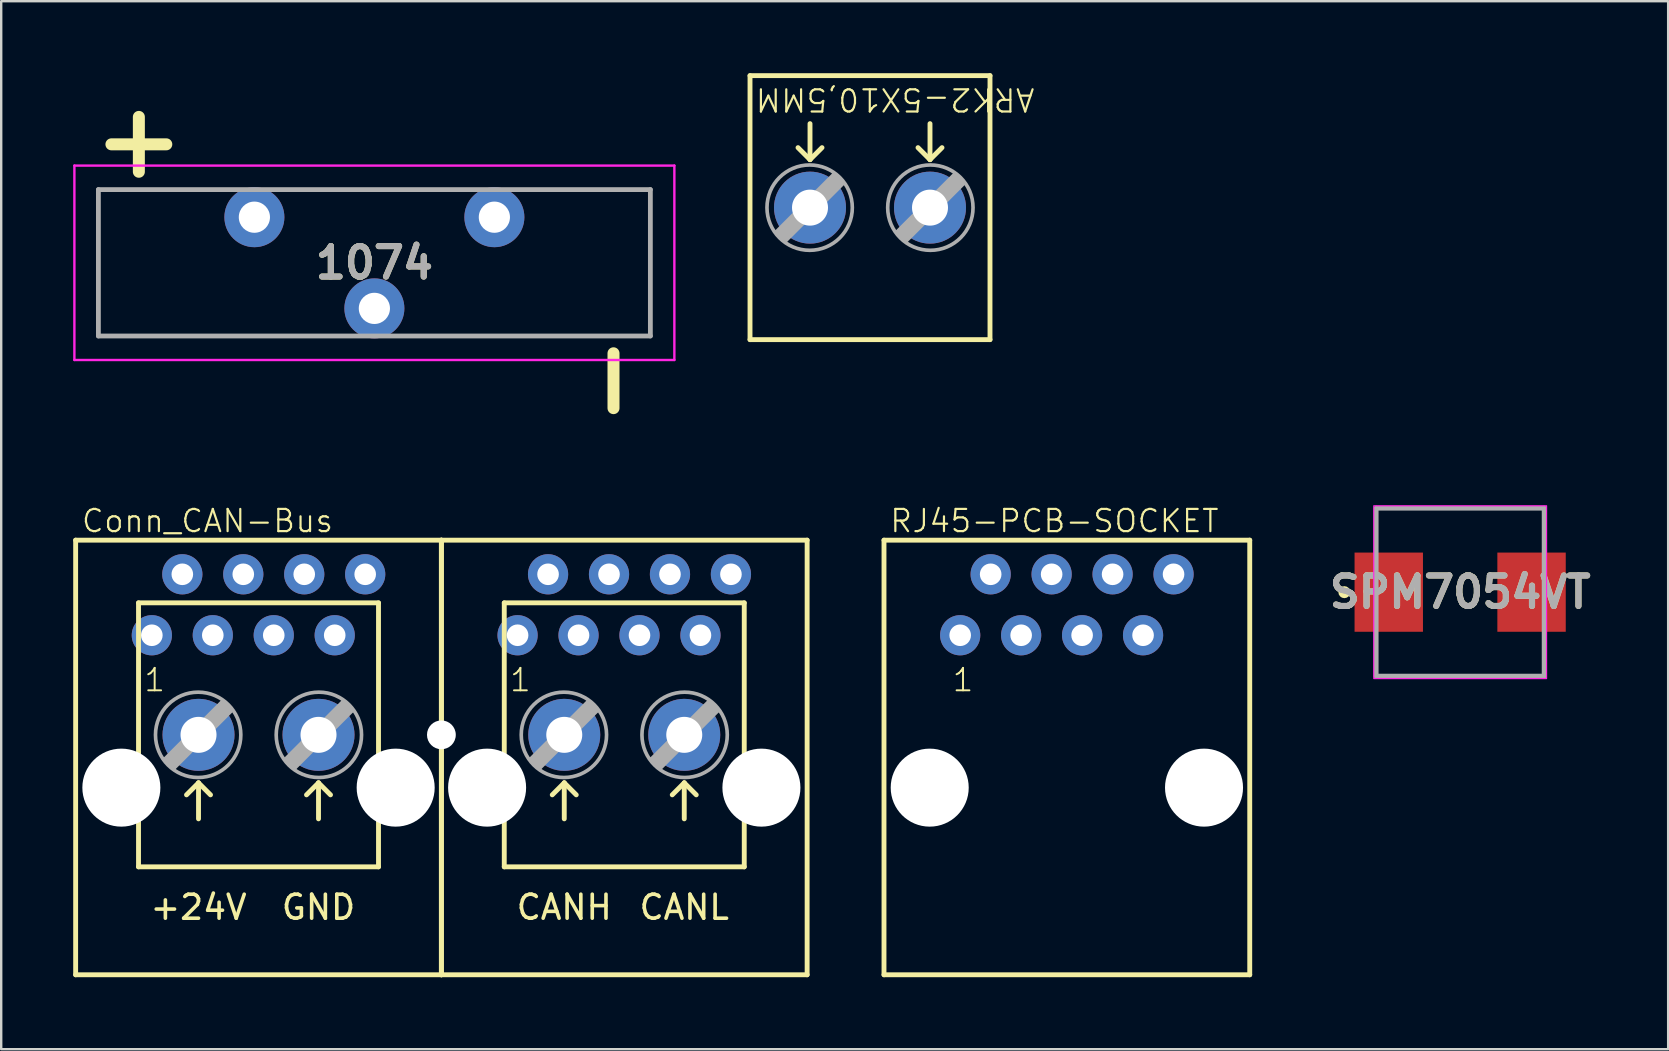
<source format=kicad_pcb>
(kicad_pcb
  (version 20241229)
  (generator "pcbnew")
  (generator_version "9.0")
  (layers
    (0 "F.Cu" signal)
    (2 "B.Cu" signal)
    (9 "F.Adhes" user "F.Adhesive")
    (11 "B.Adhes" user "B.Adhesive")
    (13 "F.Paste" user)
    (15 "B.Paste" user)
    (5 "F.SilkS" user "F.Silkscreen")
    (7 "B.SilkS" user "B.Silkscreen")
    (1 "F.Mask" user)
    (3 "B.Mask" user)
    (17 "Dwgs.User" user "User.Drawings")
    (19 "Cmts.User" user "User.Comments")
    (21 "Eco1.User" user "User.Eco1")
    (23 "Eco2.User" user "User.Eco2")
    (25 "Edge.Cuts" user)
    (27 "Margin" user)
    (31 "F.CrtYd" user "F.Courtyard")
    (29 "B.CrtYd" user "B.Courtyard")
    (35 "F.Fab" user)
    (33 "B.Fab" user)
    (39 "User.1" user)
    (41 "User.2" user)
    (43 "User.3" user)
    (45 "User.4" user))
  (footprint "ARK2-5X10,5MM"
    (layer "F.Cu")
    (at 33.202 5.602)
    (property "Reference" "ARK2-5X10,5MM" (at -4.826 -3.967 180) (unlocked yes) (layer "F.SilkS") (effects (font (size 0.925 0.925) (thickness 0.091)) (justify right top)))
    (fp_line (start -5 -5.5) (end 5 -5.5) (stroke (width 0.203) (type solid)) (layer "F.SilkS"))
    (fp_line (start -5 5.5) (end -5 -5.5) (stroke (width 0.203) (type solid)) (layer "F.SilkS"))
    (fp_line (start -3 -2.5) (end -2.5 -2) (stroke (width 0.203) (type solid)) (layer "F.SilkS"))
    (fp_line (start -2.5 -3.5) (end -2.5 -2) (stroke (width 0.203) (type solid)) (layer "F.SilkS"))
    (fp_line (start -2 -2.5) (end -2.5 -2) (stroke (width 0.203) (type solid)) (layer "F.SilkS"))
    (fp_line (start 2 -2.5) (end 2.5 -2) (stroke (width 0.203) (type solid)) (layer "F.SilkS"))
    (fp_line (start 2.5 -3.5) (end 2.5 -2) (stroke (width 0.203) (type solid)) (layer "F.SilkS"))
    (fp_line (start 3 -2.5) (end 2.5 -2) (stroke (width 0.203) (type solid)) (layer "F.SilkS"))
    (fp_line (start 5 -5.5) (end 5 5.5) (stroke (width 0.203) (type solid)) (layer "F.SilkS"))
    (fp_line (start 5 5.5) (end -5 5.5) (stroke (width 0.203) (type solid)) (layer "F.SilkS"))
    (fp_line (start -3.912 1.016) (end -3.531 1.397) (stroke (width 0.152) (type solid)) (layer "F.Fab"))
    (fp_line (start -3.912 1.016) (end -1.499 -1.397) (stroke (width 0.152) (type solid)) (layer "F.Fab"))
    (fp_line (start -3.531 1.016) (end -1.499 -1.016) (stroke (width 0.61) (type solid)) (layer "F.Fab"))
    (fp_line (start -3.531 1.397) (end -1.118 -1.016) (stroke (width 0.152) (type solid)) (layer "F.Fab"))
    (fp_line (start -1.499 -1.397) (end -1.118 -1.016) (stroke (width 0.152) (type solid)) (layer "F.Fab"))
    (fp_line (start 1.118 1.016) (end 1.499 1.397) (stroke (width 0.152) (type solid)) (layer "F.Fab"))
    (fp_line (start 1.118 1.016) (end 3.531 -1.397) (stroke (width 0.152) (type solid)) (layer "F.Fab"))
    (fp_line (start 1.499 1.016) (end 3.531 -1.016) (stroke (width 0.61) (type solid)) (layer "F.Fab"))
    (fp_line (start 1.499 1.397) (end 3.912 -1.016) (stroke (width 0.152) (type solid)) (layer "F.Fab"))
    (fp_line (start 3.531 -1.397) (end 3.912 -1.016) (stroke (width 0.152) (type solid)) (layer "F.Fab"))
    (fp_circle (center -2.515 0) (end -0.737 0) (stroke (width 0.152) (type solid)) (fill no) (layer "F.Fab"))
    (fp_circle (center 2.515 0) (end 4.293 0) (stroke (width 0.152) (type solid)) (fill no) (layer "F.Fab"))
    (pad "1" thru_hole circle (at -2.5 0 90) (size 3 3) (drill 1.5) (layers "*.Cu" "*.Mask"))
    (pad "2" thru_hole circle (at 2.5 0 90) (size 3 3) (drill 1.5) (layers "*.Cu" "*.Mask")))
  (footprint "SPM7054VT"
    (layer "F.Cu")
    (at 57.793 21.625)
    (property "Reference" "SPM7054VT" (at 0 0 0) (layer "F.SilkS") (effects (font (size 1.27 1.27) (thickness 0.254))))
    (attr smd)
    (fp_line (start -3.5 -3.5) (end 3.5 -3.5) (stroke (width 0.1) (type solid)) (layer "F.SilkS"))
    (fp_line (start 3.5 3.5) (end -3.5 3.5) (stroke (width 0.1) (type solid)) (layer "F.SilkS"))
    (fp_circle (center -4.825 0) (end -4.825 0.05) (stroke (width 0.2) (type solid)) (fill no) (layer "F.SilkS"))
    (fp_rect (start -3.6 -3.6) (end 3.6 3.6) (stroke (width 0.05) (type default)) (fill no) (layer "F.CrtYd"))
    (fp_line (start -3.5 -3.5) (end 3.5 -3.5) (stroke (width 0.2) (type solid)) (layer "F.Fab"))
    (fp_line (start -3.5 3.5) (end -3.5 -3.5) (stroke (width 0.2) (type solid)) (layer "F.Fab"))
    (fp_line (start 3.5 -3.5) (end 3.5 3.5) (stroke (width 0.2) (type solid)) (layer "F.Fab"))
    (fp_line (start 3.5 3.5) (end -3.5 3.5) (stroke (width 0.2) (type solid)) (layer "F.Fab"))
    (fp_text user "${REFERENCE}" (at 0 0 0) (layer "F.Fab") (effects (font (size 1.27 1.27) (thickness 0.254))))
    (pad "1" smd rect (at -2.975 0) (size 2.85 3.3) (layers "F.Cu" "F.Mask" "F.Paste"))
    (pad "2" smd rect (at 2.975 0) (size 2.85 3.3) (layers "F.Cu" "F.Mask" "F.Paste")))
  (footprint "Conn_CAN-Bus"
    (layer "F.Cu")
    (at 15.342 36.57)
    (property "Reference" "Conn_CAN-Bus" (at -15.047 -17.371 0) (unlocked yes) (layer "F.SilkS") (effects (font (size 0.925 0.925) (thickness 0.091)) (justify left bottom)))
    (fp_line (start -15.24 -17.112) (end 0 -17.112) (stroke (width 0.203) (type solid)) (layer "F.SilkS"))
    (fp_line (start -15.24 0.998) (end -15.24 -17.112) (stroke (width 0.203) (type solid)) (layer "F.SilkS"))
    (fp_line (start -12.62 -14.5) (end -2.62 -14.5) (stroke (width 0.203) (type solid)) (layer "F.SilkS"))
    (fp_line (start -12.62 -3.5) (end -12.62 -14.5) (stroke (width 0.203) (type solid)) (layer "F.SilkS"))
    (fp_line (start -10.62 -6.5) (end -10.12 -7) (stroke (width 0.203) (type solid)) (layer "F.SilkS"))
    (fp_line (start -10.12 -5.5) (end -10.12 -7) (stroke (width 0.203) (type solid)) (layer "F.SilkS"))
    (fp_line (start -9.62 -6.5) (end -10.12 -7) (stroke (width 0.203) (type solid)) (layer "F.SilkS"))
    (fp_line (start -5.62 -6.5) (end -5.12 -7) (stroke (width 0.203) (type solid)) (layer "F.SilkS"))
    (fp_line (start -5.12 -5.5) (end -5.12 -7) (stroke (width 0.203) (type solid)) (layer "F.SilkS"))
    (fp_line (start -4.62 -6.5) (end -5.12 -7) (stroke (width 0.203) (type solid)) (layer "F.SilkS"))
    (fp_line (start -2.62 -14.5) (end -2.62 -3.5) (stroke (width 0.203) (type solid)) (layer "F.SilkS"))
    (fp_line (start -2.62 -3.5) (end -12.62 -3.5) (stroke (width 0.203) (type solid)) (layer "F.SilkS"))
    (fp_line (start 0 -17.112) (end 15.24 -17.112) (stroke (width 0.203) (type solid)) (layer "F.SilkS"))
    (fp_line (start 0 0.998) (end -15.24 0.998) (stroke (width 0.203) (type solid)) (layer "F.SilkS"))
    (fp_line (start 0 0.998) (end 0 -17.112) (stroke (width 0.203) (type solid)) (layer "F.SilkS"))
    (fp_line (start 0 0.998) (end 0 -17.112) (stroke (width 0.203) (type solid)) (layer "F.SilkS"))
    (fp_line (start 2.62 -14.5) (end 12.62 -14.5) (stroke (width 0.203) (type solid)) (layer "F.SilkS"))
    (fp_line (start 2.62 -3.5) (end 2.62 -14.5) (stroke (width 0.203) (type solid)) (layer "F.SilkS"))
    (fp_line (start 4.62 -6.5) (end 5.12 -7) (stroke (width 0.203) (type solid)) (layer "F.SilkS"))
    (fp_line (start 5.12 -5.5) (end 5.12 -7) (stroke (width 0.203) (type solid)) (layer "F.SilkS"))
    (fp_line (start 5.62 -6.5) (end 5.12 -7) (stroke (width 0.203) (type solid)) (layer "F.SilkS"))
    (fp_line (start 9.62 -6.5) (end 10.12 -7) (stroke (width 0.203) (type solid)) (layer "F.SilkS"))
    (fp_line (start 10.12 -5.5) (end 10.12 -7) (stroke (width 0.203) (type solid)) (layer "F.SilkS"))
    (fp_line (start 10.62 -6.5) (end 10.12 -7) (stroke (width 0.203) (type solid)) (layer "F.SilkS"))
    (fp_line (start 12.62 -14.5) (end 12.62 -3.5) (stroke (width 0.203) (type solid)) (layer "F.SilkS"))
    (fp_line (start 12.62 -3.5) (end 2.62 -3.5) (stroke (width 0.203) (type solid)) (layer "F.SilkS"))
    (fp_line (start 15.24 0.998) (end 0 0.998) (stroke (width 0.203) (type solid)) (layer "F.SilkS"))
    (fp_line (start 15.24 0.998) (end 15.24 -17.112) (stroke (width 0.203) (type solid)) (layer "F.SilkS"))
    (fp_line (start -11.151 -7.603) (end -11.532 -7.984) (stroke (width 0.152) (type solid)) (layer "F.Fab"))
    (fp_line (start -9.119 -10.397) (end -11.532 -7.984) (stroke (width 0.152) (type solid)) (layer "F.Fab"))
    (fp_line (start -9.119 -10.016) (end -11.151 -7.984) (stroke (width 0.61) (type solid)) (layer "F.Fab"))
    (fp_line (start -8.738 -10.016) (end -11.151 -7.603) (stroke (width 0.152) (type solid)) (layer "F.Fab"))
    (fp_line (start -8.738 -10.016) (end -9.119 -10.397) (stroke (width 0.152) (type solid)) (layer "F.Fab"))
    (fp_line (start -6.121 -7.603) (end -6.502 -7.984) (stroke (width 0.152) (type solid)) (layer "F.Fab"))
    (fp_line (start -4.089 -10.397) (end -6.502 -7.984) (stroke (width 0.152) (type solid)) (layer "F.Fab"))
    (fp_line (start -4.089 -10.016) (end -6.121 -7.984) (stroke (width 0.61) (type solid)) (layer "F.Fab"))
    (fp_line (start -3.708 -10.016) (end -6.121 -7.603) (stroke (width 0.152) (type solid)) (layer "F.Fab"))
    (fp_line (start -3.708 -10.016) (end -4.089 -10.397) (stroke (width 0.152) (type solid)) (layer "F.Fab"))
    (fp_line (start 4.089 -7.603) (end 3.708 -7.984) (stroke (width 0.152) (type solid)) (layer "F.Fab"))
    (fp_line (start 6.121 -10.397) (end 3.708 -7.984) (stroke (width 0.152) (type solid)) (layer "F.Fab"))
    (fp_line (start 6.121 -10.016) (end 4.089 -7.984) (stroke (width 0.61) (type solid)) (layer "F.Fab"))
    (fp_line (start 6.502 -10.016) (end 4.089 -7.603) (stroke (width 0.152) (type solid)) (layer "F.Fab"))
    (fp_line (start 6.502 -10.016) (end 6.121 -10.397) (stroke (width 0.152) (type solid)) (layer "F.Fab"))
    (fp_line (start 9.119 -7.603) (end 8.738 -7.984) (stroke (width 0.152) (type solid)) (layer "F.Fab"))
    (fp_line (start 11.151 -10.397) (end 8.738 -7.984) (stroke (width 0.152) (type solid)) (layer "F.Fab"))
    (fp_line (start 11.151 -10.016) (end 9.119 -7.984) (stroke (width 0.61) (type solid)) (layer "F.Fab"))
    (fp_line (start 11.532 -10.016) (end 9.119 -7.603) (stroke (width 0.152) (type solid)) (layer "F.Fab"))
    (fp_line (start 11.532 -10.016) (end 11.151 -10.397) (stroke (width 0.152) (type solid)) (layer "F.Fab"))
    (fp_circle (center -10.135 -9) (end -11.913 -9) (stroke (width 0.152) (type solid)) (fill no) (layer "F.Fab"))
    (fp_circle (center -5.105 -9) (end -6.883 -9) (stroke (width 0.152) (type solid)) (fill no) (layer "F.Fab"))
    (fp_circle (center 5.105 -9) (end 3.327 -9) (stroke (width 0.152) (type solid)) (fill no) (layer "F.Fab"))
    (fp_circle (center 10.135 -9) (end 8.357 -9) (stroke (width 0.152) (type solid)) (fill no) (layer "F.Fab"))
    (fp_line (start 15.2 0) (end -15.2 0) (stroke (width 0.12) (type default)) (layer "User.2"))
    (fp_text user "GND" (at -5.12 -2.4 0) (unlocked yes) (layer "F.SilkS") (effects (font (size 1 1) (thickness 0.15)) (justify top)))
    (fp_text user "CANH" (at 5.12 -2.4 0) (unlocked yes) (layer "F.SilkS") (effects (font (size 1 1) (thickness 0.15)) (justify top)))
    (fp_text user "+24V" (at -10.12 -2.4 0) (unlocked yes) (layer "F.SilkS") (effects (font (size 1 1) (thickness 0.15)) (justify top)))
    (fp_text user "1" (at -12.446 -10.737 0) (layer "F.SilkS") (effects (font (size 0.935 0.935) (thickness 0.081)) (justify left bottom)))
    (fp_text user "CANL" (at 10.12 -2.4 0) (unlocked yes) (layer "F.SilkS") (effects (font (size 1 1) (thickness 0.15)) (justify top)))
    (fp_text user "1" (at 2.794 -10.737 0) (layer "F.SilkS") (effects (font (size 0.935 0.935) (thickness 0.081)) (justify left bottom)))
    (pad "" np_thru_hole circle (at -13.335 -6.8) (size 3.251 3.251) (drill 3.251) (layers "*.Cu" "*.Mask"))
    (pad "" np_thru_hole circle (at -1.905 -6.8) (size 3.251 3.251) (drill 3.251) (layers "*.Cu" "*.Mask"))
    (pad "" np_thru_hole circle (at 0 -9) (size 1.2 1.2) (drill 1.2) (layers "*.Cu" "*.Mask"))
    (pad "" np_thru_hole circle (at 1.905 -6.8) (size 3.251 3.251) (drill 3.251) (layers "*.Cu" "*.Mask"))
    (pad "" np_thru_hole circle (at 13.335 -6.8) (size 3.251 3.251) (drill 3.251) (layers "*.Cu" "*.Mask"))
    (pad "+24V" thru_hole circle (at -10.12 -9 270) (size 3 3) (drill 1.5) (layers "*.Cu" "*.Mask"))
    (pad "+24V" thru_hole circle (at -8.255 -15.69) (size 1.676 1.676) (drill 0.9) (layers "*.Cu" "*.Mask"))
    (pad "+24V" thru_hole circle (at -3.175 -15.69) (size 1.676 1.676) (drill 0.9) (layers "*.Cu" "*.Mask"))
    (pad "+24V" thru_hole circle (at 6.985 -15.69) (size 1.676 1.676) (drill 0.9) (layers "*.Cu" "*.Mask"))
    (pad "+24V" thru_hole circle (at 12.065 -15.69) (size 1.676 1.676) (drill 0.9) (layers "*.Cu" "*.Mask"))
    (pad "CANH" thru_hole circle (at -12.065 -13.15) (size 1.676 1.676) (drill 0.9) (layers "*.Cu" "*.Mask"))
    (pad "CANH" thru_hole circle (at 3.175 -13.15) (size 1.676 1.676) (drill 0.9) (layers "*.Cu" "*.Mask"))
    (pad "CANH" thru_hole circle (at 5.12 -9 270) (size 3 3) (drill 1.5) (layers "*.Cu" "*.Mask"))
    (pad "CANL" thru_hole circle (at -10.795 -15.69) (size 1.676 1.676) (drill 0.9) (layers "*.Cu" "*.Mask"))
    (pad "CANL" thru_hole circle (at 4.445 -15.69) (size 1.676 1.676) (drill 0.9) (layers "*.Cu" "*.Mask"))
    (pad "CANL" thru_hole circle (at 10.12 -9 270) (size 3 3) (drill 1.5) (layers "*.Cu" "*.Mask"))
    (pad "GND" thru_hole circle (at -6.985 -13.15) (size 1.676 1.676) (drill 0.9) (layers "*.Cu" "*.Mask"))
    (pad "GND" thru_hole circle (at -5.12 -9 270) (size 3 3) (drill 1.5) (layers "*.Cu" "*.Mask"))
    (pad "GND" thru_hole circle (at -4.445 -13.15) (size 1.676 1.676) (drill 0.9) (layers "*.Cu" "*.Mask"))
    (pad "GND" thru_hole circle (at 8.255 -13.15) (size 1.676 1.676) (drill 0.9) (layers "*.Cu" "*.Mask"))
    (pad "GND" thru_hole circle (at 10.795 -13.15) (size 1.676 1.676) (drill 0.9) (layers "*.Cu" "*.Mask"))
    (pad "NC" thru_hole circle (at -9.525 -13.15) (size 1.676 1.676) (drill 0.9) (layers "*.Cu" "*.Mask"))
    (pad "NC" thru_hole circle (at -5.715 -15.69) (size 1.676 1.676) (drill 0.9) (layers "*.Cu" "*.Mask"))
    (pad "NC" thru_hole circle (at 5.715 -13.15) (size 1.676 1.676) (drill 0.9) (layers "*.Cu" "*.Mask"))
    (pad "NC" thru_hole circle (at 9.525 -15.69) (size 1.676 1.676) (drill 0.9) (layers "*.Cu" "*.Mask")))
  (footprint "RJ45-PCB-SOCKET"
    (layer "F.Cu")
    (at 41.405 29.77)
    (property "Reference" "RJ45-PCB-SOCKET" (at -7.427 -10.571 0) (unlocked yes) (layer "F.SilkS") (effects (font (size 0.925 0.925) (thickness 0.091)) (justify left bottom)))
    (fp_line (start -7.62 -10.312) (end 7.62 -10.312) (stroke (width 0.203) (type solid)) (layer "F.SilkS"))
    (fp_line (start -7.62 7.798) (end -7.62 -10.312) (stroke (width 0.203) (type solid)) (layer "F.SilkS"))
    (fp_line (start 7.62 -10.312) (end 7.62 7.798) (stroke (width 0.203) (type solid)) (layer "F.SilkS"))
    (fp_line (start 7.62 7.798) (end -7.62 7.798) (stroke (width 0.203) (type solid)) (layer "F.SilkS"))
    (fp_text user "1" (at -4.826 -3.937 0) (layer "F.SilkS") (effects (font (size 0.935 0.935) (thickness 0.081)) (justify left bottom)))
    (pad "" np_thru_hole circle (at -5.715 0) (size 3.251 3.251) (drill 3.251) (layers "*.Cu" "*.Mask"))
    (pad "" np_thru_hole circle (at 5.715 0) (size 3.251 3.251) (drill 3.251) (layers "*.Cu" "*.Mask"))
    (pad "1" thru_hole circle (at -4.445 -6.35) (size 1.676 1.676) (drill 0.9) (layers "*.Cu" "*.Mask"))
    (pad "2" thru_hole circle (at -3.175 -8.89) (size 1.676 1.676) (drill 0.9) (layers "*.Cu" "*.Mask"))
    (pad "3" thru_hole circle (at -1.905 -6.35) (size 1.676 1.676) (drill 0.9) (layers "*.Cu" "*.Mask"))
    (pad "4" thru_hole circle (at -0.635 -8.89) (size 1.676 1.676) (drill 0.9) (layers "*.Cu" "*.Mask"))
    (pad "5" thru_hole circle (at 0.635 -6.35) (size 1.676 1.676) (drill 0.9) (layers "*.Cu" "*.Mask"))
    (pad "6" thru_hole circle (at 1.905 -8.89) (size 1.676 1.676) (drill 0.9) (layers "*.Cu" "*.Mask"))
    (pad "7" thru_hole circle (at 3.175 -6.35) (size 1.676 1.676) (drill 0.9) (layers "*.Cu" "*.Mask"))
    (pad "8" thru_hole circle (at 4.445 -8.89) (size 1.676 1.676) (drill 0.9) (layers "*.Cu" "*.Mask")))
  (footprint "1074"
    (layer "F.Cu")
    (at 7.55 6)
    (property "Reference" "1074" (at 5 1.9 0) (layer "F.SilkS") (effects (font (size 1.27 1.27) (thickness 0.254))))
    (attr through_hole)
    (fp_line (start -6.5 -1.15) (end 16.5 -1.15) (stroke (width 0.1) (type solid)) (layer "F.SilkS"))
    (fp_line (start -6.5 4.95) (end -6.5 -1.15) (stroke (width 0.1) (type solid)) (layer "F.SilkS"))
    (fp_line (start 16.5 -1.15) (end 16.5 4.95) (stroke (width 0.1) (type solid)) (layer "F.SilkS"))
    (fp_line (start 16.5 4.95) (end -6.5 4.95) (stroke (width 0.1) (type solid)) (layer "F.SilkS"))
    (fp_line (start -7.5 -2.15) (end 17.5 -2.15) (stroke (width 0.1) (type solid)) (layer "F.CrtYd"))
    (fp_line (start -7.5 5.95) (end -7.5 -2.15) (stroke (width 0.1) (type solid)) (layer "F.CrtYd"))
    (fp_line (start 17.5 -2.15) (end 17.5 5.95) (stroke (width 0.1) (type solid)) (layer "F.CrtYd"))
    (fp_line (start 17.5 5.95) (end -7.5 5.95) (stroke (width 0.1) (type solid)) (layer "F.CrtYd"))
    (fp_line (start -6.5 -1.15) (end 16.5 -1.15) (stroke (width 0.2) (type solid)) (layer "F.Fab"))
    (fp_line (start -6.5 4.95) (end -6.5 -1.15) (stroke (width 0.2) (type solid)) (layer "F.Fab"))
    (fp_line (start 16.5 -1.15) (end 16.5 4.95) (stroke (width 0.2) (type solid)) (layer "F.Fab"))
    (fp_line (start 16.5 4.95) (end -6.5 4.95) (stroke (width 0.2) (type solid)) (layer "F.Fab"))
    (fp_text user "-" (at 16.5 9 90) (unlocked yes) (layer "F.SilkS") (effects (font (size 3 3) (thickness 0.5)) (justify left bottom)))
    (fp_text user "+" (at -7 -1.5 0) (unlocked yes) (layer "F.SilkS") (effects (font (size 3 3) (thickness 0.5)) (justify left bottom)))
    (fp_text user "${REFERENCE}" (at 5 1.9 0) (layer "F.Fab") (effects (font (size 1.27 1.27) (thickness 0.254))))
    (pad "1" thru_hole circle (at 0 0) (size 2.5 2.5) (drill 1.3) (layers "*.Cu" "*.Mask"))
    (pad "1" thru_hole circle (at 10 0) (size 2.5 2.5) (drill 1.3) (layers "*.Cu" "*.Mask"))
    (pad "2" thru_hole circle (at 5 3.8) (size 2.5 2.5) (drill 1.3) (layers "*.Cu" "*.Mask")))
  (gr_rect
    (start -3 -3)
    (end 66.46 40.669)
    (stroke (width 0.1) (type default))
    (fill no)
    (layer "Edge.Cuts")))
</source>
